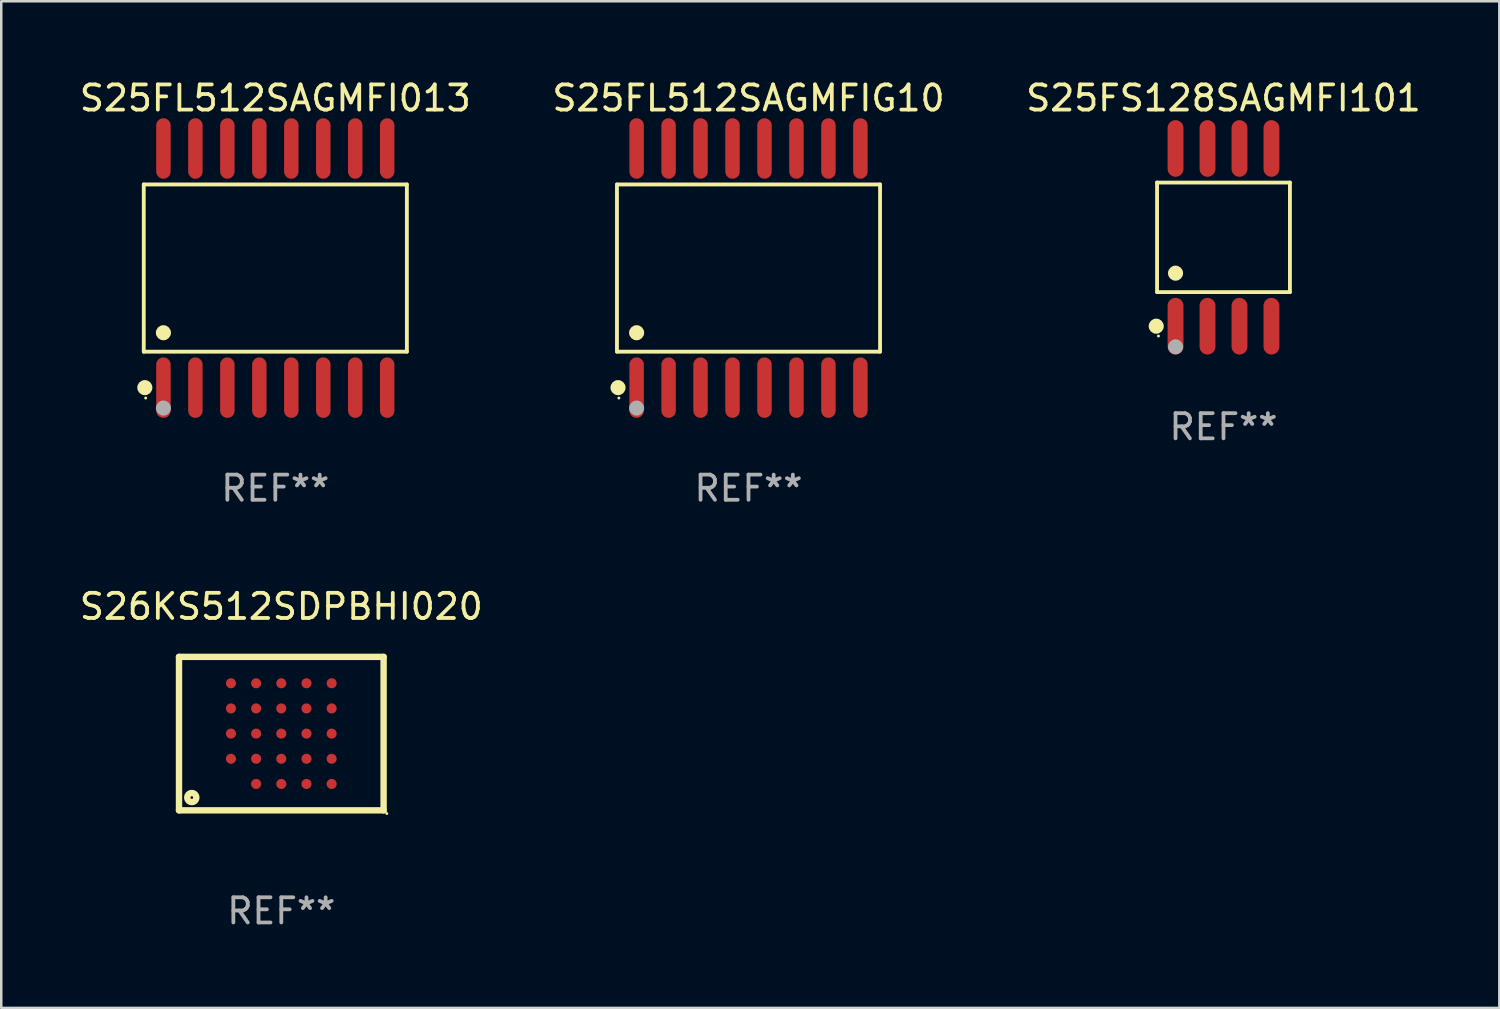
<source format=kicad_pcb>
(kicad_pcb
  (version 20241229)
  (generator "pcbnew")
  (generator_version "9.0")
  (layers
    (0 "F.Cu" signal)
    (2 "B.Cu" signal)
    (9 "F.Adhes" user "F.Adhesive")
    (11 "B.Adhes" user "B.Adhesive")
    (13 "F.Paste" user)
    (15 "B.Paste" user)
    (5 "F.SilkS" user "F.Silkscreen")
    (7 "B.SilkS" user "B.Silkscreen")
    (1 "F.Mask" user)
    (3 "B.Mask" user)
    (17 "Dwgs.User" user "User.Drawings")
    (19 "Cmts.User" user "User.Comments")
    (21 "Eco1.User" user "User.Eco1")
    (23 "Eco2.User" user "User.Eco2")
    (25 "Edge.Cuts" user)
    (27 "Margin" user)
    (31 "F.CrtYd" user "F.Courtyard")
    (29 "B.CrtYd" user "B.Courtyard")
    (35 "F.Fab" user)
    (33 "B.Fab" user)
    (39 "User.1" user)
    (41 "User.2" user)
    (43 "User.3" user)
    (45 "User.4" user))
  (footprint "S25FS128SAGMFI101"
    (layer "F.Cu")
    (at 45.554 6.378)
    (property "Reference" "S25FS128SAGMFI101" (at 0 -5.53 0) (layer "F.SilkS") (effects (font (size 1 1) (thickness 0.15))))
    (attr through_hole)
    (fp_line (start -2.639 -2.176) (end 2.639 -2.176) (stroke (width 0.152) (type solid)) (layer "F.SilkS"))
    (fp_line (start -2.639 2.176) (end -2.639 -2.176) (stroke (width 0.152) (type solid)) (layer "F.SilkS"))
    (fp_line (start 2.639 -2.176) (end 2.639 2.176) (stroke (width 0.152) (type solid)) (layer "F.SilkS"))
    (fp_line (start 2.639 2.176) (end -2.639 2.176) (stroke (width 0.152) (type solid)) (layer "F.SilkS"))
    (fp_circle (center -2.672 3.53) (end -2.522 3.53) (stroke (width 0.3) (type solid)) (fill no) (layer "F.SilkS"))
    (fp_circle (center -2.585 3.92) (end -2.555 3.92) (stroke (width 0.06) (type solid)) (fill no) (layer "F.SilkS"))
    (fp_circle (center -1.905 1.424) (end -1.755 1.424) (stroke (width 0.3) (type solid)) (fill no) (layer "F.SilkS"))
    (fp_circle (center -1.905 4.35) (end -1.755 4.35) (stroke (width 0.3) (type solid)) (fill no) (layer "F.Fab"))
    (fp_text user "REF**" (at 0 7.53 0) (layer "F.Fab") (effects (font (size 1 1) (thickness 0.15))))
    (pad "1" smd oval (at -1.905 3.53) (size 0.63 2.25) (layers "F.Cu" "F.Mask" "F.Paste"))
    (pad "2" smd oval (at -0.635 3.53) (size 0.63 2.25) (layers "F.Cu" "F.Mask" "F.Paste"))
    (pad "3" smd oval (at 0.635 3.53) (size 0.63 2.25) (layers "F.Cu" "F.Mask" "F.Paste"))
    (pad "4" smd oval (at 1.905 3.53) (size 0.63 2.25) (layers "F.Cu" "F.Mask" "F.Paste"))
    (pad "5" smd oval (at 1.905 -3.53) (size 0.63 2.25) (layers "F.Cu" "F.Mask" "F.Paste"))
    (pad "6" smd oval (at 0.635 -3.53) (size 0.63 2.25) (layers "F.Cu" "F.Mask" "F.Paste"))
    (pad "7" smd oval (at -0.635 -3.53) (size 0.63 2.25) (layers "F.Cu" "F.Mask" "F.Paste"))
    (pad "8" smd oval (at -1.905 -3.53) (size 0.63 2.25) (layers "F.Cu" "F.Mask" "F.Paste")))
  (footprint "S25FL512SAGMFIG10"
    (layer "F.Cu")
    (at 26.685 7.599)
    (property "Reference" "S25FL512SAGMFIG10" (at 0 -6.75 0) (layer "F.SilkS") (effects (font (size 1 1) (thickness 0.15))))
    (attr through_hole)
    (fp_line (start -5.226 -3.321) (end 5.226 -3.321) (stroke (width 0.152) (type solid)) (layer "F.SilkS"))
    (fp_line (start -5.226 3.321) (end -5.226 -3.321) (stroke (width 0.152) (type solid)) (layer "F.SilkS"))
    (fp_line (start 5.226 -3.321) (end 5.226 3.321) (stroke (width 0.152) (type solid)) (layer "F.SilkS"))
    (fp_line (start 5.226 3.321) (end -5.226 3.321) (stroke (width 0.152) (type solid)) (layer "F.SilkS"))
    (fp_circle (center -5.184 4.75) (end -5.034 4.75) (stroke (width 0.3) (type solid)) (fill no) (layer "F.SilkS"))
    (fp_circle (center -5.15 5.163) (end -5.12 5.163) (stroke (width 0.06) (type solid)) (fill no) (layer "F.SilkS"))
    (fp_circle (center -4.445 2.569) (end -4.295 2.569) (stroke (width 0.3) (type solid)) (fill no) (layer "F.SilkS"))
    (fp_circle (center -4.445 5.563) (end -4.295 5.563) (stroke (width 0.3) (type solid)) (fill no) (layer "F.Fab"))
    (fp_text user "REF**" (at 0 8.75 0) (layer "F.Fab") (effects (font (size 1 1) (thickness 0.15))))
    (pad "1" smd oval (at -4.445 4.75) (size 0.574 2.401) (layers "F.Cu" "F.Mask" "F.Paste"))
    (pad "2" smd oval (at -3.175 4.75) (size 0.574 2.401) (layers "F.Cu" "F.Mask" "F.Paste"))
    (pad "3" smd oval (at -1.905 4.75) (size 0.574 2.401) (layers "F.Cu" "F.Mask" "F.Paste"))
    (pad "4" smd oval (at -0.635 4.75) (size 0.574 2.401) (layers "F.Cu" "F.Mask" "F.Paste"))
    (pad "5" smd oval (at 0.635 4.75) (size 0.574 2.401) (layers "F.Cu" "F.Mask" "F.Paste"))
    (pad "6" smd oval (at 1.905 4.75) (size 0.574 2.401) (layers "F.Cu" "F.Mask" "F.Paste"))
    (pad "7" smd oval (at 3.175 4.75) (size 0.574 2.401) (layers "F.Cu" "F.Mask" "F.Paste"))
    (pad "8" smd oval (at 4.445 4.75) (size 0.574 2.401) (layers "F.Cu" "F.Mask" "F.Paste"))
    (pad "9" smd oval (at 4.445 -4.75) (size 0.574 2.401) (layers "F.Cu" "F.Mask" "F.Paste"))
    (pad "10" smd oval (at 3.175 -4.75) (size 0.574 2.401) (layers "F.Cu" "F.Mask" "F.Paste"))
    (pad "11" smd oval (at 1.905 -4.75) (size 0.574 2.401) (layers "F.Cu" "F.Mask" "F.Paste"))
    (pad "12" smd oval (at 0.635 -4.75) (size 0.574 2.401) (layers "F.Cu" "F.Mask" "F.Paste"))
    (pad "13" smd oval (at -0.635 -4.75) (size 0.574 2.401) (layers "F.Cu" "F.Mask" "F.Paste"))
    (pad "14" smd oval (at -1.905 -4.75) (size 0.574 2.401) (layers "F.Cu" "F.Mask" "F.Paste"))
    (pad "15" smd oval (at -3.175 -4.75) (size 0.574 2.401) (layers "F.Cu" "F.Mask" "F.Paste"))
    (pad "16" smd oval (at -4.445 -4.75) (size 0.574 2.401) (layers "F.Cu" "F.Mask" "F.Paste")))
  (footprint "S25FL512SAGMFI013"
    (layer "F.Cu")
    (at 7.887 7.599)
    (property "Reference" "S25FL512SAGMFI013" (at 0 -6.75 0) (layer "F.SilkS") (effects (font (size 1 1) (thickness 0.15))))
    (attr through_hole)
    (fp_line (start -5.226 -3.321) (end 5.226 -3.321) (stroke (width 0.152) (type solid)) (layer "F.SilkS"))
    (fp_line (start -5.226 3.321) (end -5.226 -3.321) (stroke (width 0.152) (type solid)) (layer "F.SilkS"))
    (fp_line (start 5.226 -3.321) (end 5.226 3.321) (stroke (width 0.152) (type solid)) (layer "F.SilkS"))
    (fp_line (start 5.226 3.321) (end -5.226 3.321) (stroke (width 0.152) (type solid)) (layer "F.SilkS"))
    (fp_circle (center -5.184 4.75) (end -5.034 4.75) (stroke (width 0.3) (type solid)) (fill no) (layer "F.SilkS"))
    (fp_circle (center -5.15 5.163) (end -5.12 5.163) (stroke (width 0.06) (type solid)) (fill no) (layer "F.SilkS"))
    (fp_circle (center -4.445 2.569) (end -4.295 2.569) (stroke (width 0.3) (type solid)) (fill no) (layer "F.SilkS"))
    (fp_circle (center -4.445 5.563) (end -4.295 5.563) (stroke (width 0.3) (type solid)) (fill no) (layer "F.Fab"))
    (fp_text user "REF**" (at 0 8.75 0) (layer "F.Fab") (effects (font (size 1 1) (thickness 0.15))))
    (pad "1" smd oval (at -4.445 4.75) (size 0.574 2.401) (layers "F.Cu" "F.Mask" "F.Paste"))
    (pad "2" smd oval (at -3.175 4.75) (size 0.574 2.401) (layers "F.Cu" "F.Mask" "F.Paste"))
    (pad "3" smd oval (at -1.905 4.75) (size 0.574 2.401) (layers "F.Cu" "F.Mask" "F.Paste"))
    (pad "4" smd oval (at -0.635 4.75) (size 0.574 2.401) (layers "F.Cu" "F.Mask" "F.Paste"))
    (pad "5" smd oval (at 0.635 4.75) (size 0.574 2.401) (layers "F.Cu" "F.Mask" "F.Paste"))
    (pad "6" smd oval (at 1.905 4.75) (size 0.574 2.401) (layers "F.Cu" "F.Mask" "F.Paste"))
    (pad "7" smd oval (at 3.175 4.75) (size 0.574 2.401) (layers "F.Cu" "F.Mask" "F.Paste"))
    (pad "8" smd oval (at 4.445 4.75) (size 0.574 2.401) (layers "F.Cu" "F.Mask" "F.Paste"))
    (pad "9" smd oval (at 4.445 -4.75) (size 0.574 2.401) (layers "F.Cu" "F.Mask" "F.Paste"))
    (pad "10" smd oval (at 3.175 -4.75) (size 0.574 2.401) (layers "F.Cu" "F.Mask" "F.Paste"))
    (pad "11" smd oval (at 1.905 -4.75) (size 0.574 2.401) (layers "F.Cu" "F.Mask" "F.Paste"))
    (pad "12" smd oval (at 0.635 -4.75) (size 0.574 2.401) (layers "F.Cu" "F.Mask" "F.Paste"))
    (pad "13" smd oval (at -0.635 -4.75) (size 0.574 2.401) (layers "F.Cu" "F.Mask" "F.Paste"))
    (pad "14" smd oval (at -1.905 -4.75) (size 0.574 2.401) (layers "F.Cu" "F.Mask" "F.Paste"))
    (pad "15" smd oval (at -3.175 -4.75) (size 0.574 2.401) (layers "F.Cu" "F.Mask" "F.Paste"))
    (pad "16" smd oval (at -4.445 -4.75) (size 0.574 2.401) (layers "F.Cu" "F.Mask" "F.Paste")))
  (footprint "S26KS512SDPBHI020"
    (layer "F.Cu")
    (at 8.125 26.093)
    (property "Reference" "S26KS512SDPBHI020" (at 0 -5.048 0) (layer "F.SilkS") (effects (font (size 1 1) (thickness 0.15))))
    (attr through_hole)
    (fp_line (start -4.064 -3.048) (end -4.064 3.048) (stroke (width 0.254) (type solid)) (layer "F.SilkS"))
    (fp_line (start -4.064 3.048) (end 4.064 3.048) (stroke (width 0.254) (type solid)) (layer "F.SilkS"))
    (fp_line (start 4.064 -3.048) (end -4.064 -3.048) (stroke (width 0.254) (type solid)) (layer "F.SilkS"))
    (fp_line (start 4.064 3.048) (end 4.064 -3.048) (stroke (width 0.254) (type solid)) (layer "F.SilkS"))
    (fp_circle (center -3.556 2.54) (end -3.376 2.54) (stroke (width 0.254) (type solid)) (fill no) (layer "F.SilkS"))
    (fp_circle (center 4.191 3.175) (end 4.221 3.175) (stroke (width 0.06) (type solid)) (fill no) (layer "F.SilkS"))
    (fp_text user "REF**" (at 0 7.048 0) (layer "F.Fab") (effects (font (size 1 1) (thickness 0.15))))
    (pad "A2" smd circle (at -2 1) (size 0.4 0.4) (layers "F.Cu" "F.Mask" "F.Paste"))
    (pad "A3" smd circle (at -2 0) (size 0.4 0.4) (layers "F.Cu" "F.Mask" "F.Paste"))
    (pad "A4" smd circle (at -2 -1) (size 0.4 0.4) (layers "F.Cu" "F.Mask" "F.Paste"))
    (pad "A5" smd circle (at -2 -2) (size 0.4 0.4) (layers "F.Cu" "F.Mask" "F.Paste"))
    (pad "B1" smd circle (at -1 2) (size 0.4 0.4) (layers "F.Cu" "F.Mask" "F.Paste"))
    (pad "B2" smd circle (at -1 1) (size 0.4 0.4) (layers "F.Cu" "F.Mask" "F.Paste"))
    (pad "B3" smd circle (at -1 0) (size 0.4 0.4) (layers "F.Cu" "F.Mask" "F.Paste"))
    (pad "B4" smd circle (at -1 -1) (size 0.4 0.4) (layers "F.Cu" "F.Mask" "F.Paste"))
    (pad "B5" smd circle (at -1 -2) (size 0.4 0.4) (layers "F.Cu" "F.Mask" "F.Paste"))
    (pad "C1" smd circle (at 0 2) (size 0.4 0.4) (layers "F.Cu" "F.Mask" "F.Paste"))
    (pad "C2" smd circle (at 0 1) (size 0.4 0.4) (layers "F.Cu" "F.Mask" "F.Paste"))
    (pad "C3" smd circle (at 0 0) (size 0.4 0.4) (layers "F.Cu" "F.Mask" "F.Paste"))
    (pad "C4" smd circle (at 0 -1) (size 0.4 0.4) (layers "F.Cu" "F.Mask" "F.Paste"))
    (pad "C5" smd circle (at 0 -2) (size 0.4 0.4) (layers "F.Cu" "F.Mask" "F.Paste"))
    (pad "D1" smd circle (at 1 2) (size 0.4 0.4) (layers "F.Cu" "F.Mask" "F.Paste"))
    (pad "D2" smd circle (at 1 1) (size 0.4 0.4) (layers "F.Cu" "F.Mask" "F.Paste"))
    (pad "D3" smd circle (at 1 0) (size 0.4 0.4) (layers "F.Cu" "F.Mask" "F.Paste"))
    (pad "D4" smd circle (at 1 -1) (size 0.4 0.4) (layers "F.Cu" "F.Mask" "F.Paste"))
    (pad "D5" smd circle (at 1 -2) (size 0.4 0.4) (layers "F.Cu" "F.Mask" "F.Paste"))
    (pad "E1" smd circle (at 2 2) (size 0.4 0.4) (layers "F.Cu" "F.Mask" "F.Paste"))
    (pad "E2" smd circle (at 2 1) (size 0.4 0.4) (layers "F.Cu" "F.Mask" "F.Paste"))
    (pad "E3" smd circle (at 2 0) (size 0.4 0.4) (layers "F.Cu" "F.Mask" "F.Paste"))
    (pad "E4" smd circle (at 2 -1) (size 0.4 0.4) (layers "F.Cu" "F.Mask" "F.Paste"))
    (pad "E5" smd circle (at 2 -2) (size 0.4 0.4) (layers "F.Cu" "F.Mask" "F.Paste")))
  (gr_rect
    (start -3 -3)
    (end 56.512 36.99)
    (stroke (width 0.1) (type default))
    (fill no)
    (layer "Edge.Cuts")))
</source>
